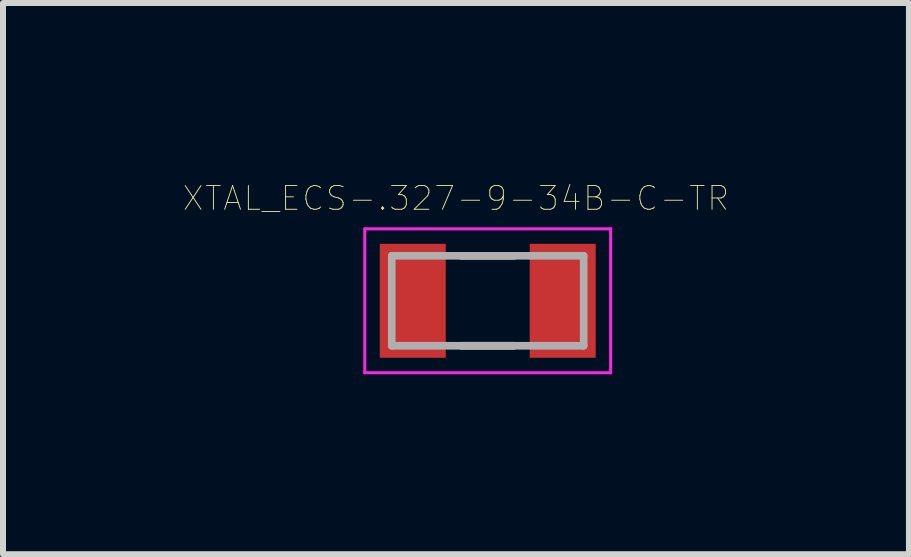
<source format=kicad_pcb>
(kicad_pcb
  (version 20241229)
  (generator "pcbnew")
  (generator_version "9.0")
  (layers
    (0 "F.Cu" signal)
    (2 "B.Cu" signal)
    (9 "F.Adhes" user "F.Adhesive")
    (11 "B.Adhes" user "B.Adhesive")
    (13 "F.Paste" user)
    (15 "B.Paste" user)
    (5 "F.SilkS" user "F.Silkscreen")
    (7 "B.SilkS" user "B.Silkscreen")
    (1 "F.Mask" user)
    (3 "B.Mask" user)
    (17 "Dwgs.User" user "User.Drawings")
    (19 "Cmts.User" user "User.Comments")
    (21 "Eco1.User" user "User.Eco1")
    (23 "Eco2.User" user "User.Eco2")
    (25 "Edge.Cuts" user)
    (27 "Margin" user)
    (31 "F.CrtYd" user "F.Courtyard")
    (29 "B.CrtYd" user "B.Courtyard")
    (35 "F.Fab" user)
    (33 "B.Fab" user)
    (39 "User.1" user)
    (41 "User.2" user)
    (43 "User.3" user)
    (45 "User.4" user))
  (footprint "XTAL_ECS-.327-9-34B-C-TR"
    (layer "F.Cu")
    (at 5.082 1.965)
    (property "Reference" "XTAL_ECS-.327-9-34B-C-TR" (at -0.53 -1.708 0) (layer "F.SilkS") (effects (font (size 0.395 0.395) (thickness 0.015))))
    (attr through_hole)
    (fp_line (start -0.44 -0.75) (end 0.44 -0.75) (stroke (width 0.127) (type solid)) (layer "F.SilkS"))
    (fp_line (start -0.44 0.75) (end 0.44 0.75) (stroke (width 0.127) (type solid)) (layer "F.SilkS"))
    (fp_line (start -2.05 -1.2) (end 2.05 -1.2) (stroke (width 0.05) (type solid)) (layer "F.CrtYd"))
    (fp_line (start -2.05 1.2) (end -2.05 -1.2) (stroke (width 0.05) (type solid)) (layer "F.CrtYd"))
    (fp_line (start 2.05 -1.2) (end 2.05 1.2) (stroke (width 0.05) (type solid)) (layer "F.CrtYd"))
    (fp_line (start 2.05 1.2) (end -2.05 1.2) (stroke (width 0.05) (type solid)) (layer "F.CrtYd"))
    (fp_line (start -1.6 -0.75) (end -1.6 0.75) (stroke (width 0.127) (type solid)) (layer "F.Fab"))
    (fp_line (start -1.6 0.75) (end 1.6 0.75) (stroke (width 0.127) (type solid)) (layer "F.Fab"))
    (fp_line (start 1.6 -0.75) (end -1.6 -0.75) (stroke (width 0.127) (type solid)) (layer "F.Fab"))
    (fp_line (start 1.6 0.75) (end 1.6 -0.75) (stroke (width 0.127) (type solid)) (layer "F.Fab"))
    (pad "1" smd rect (at -1.25 0) (size 1.1 1.9) (layers "F.Cu" "F.Mask" "F.Paste"))
    (pad "2" smd rect (at 1.25 0) (size 1.1 1.9) (layers "F.Cu" "F.Mask" "F.Paste")))
  (gr_rect
    (start -3 -3)
    (end 12.105 6.19)
    (stroke (width 0.1) (type default))
    (fill no)
    (layer "Edge.Cuts")))
</source>
